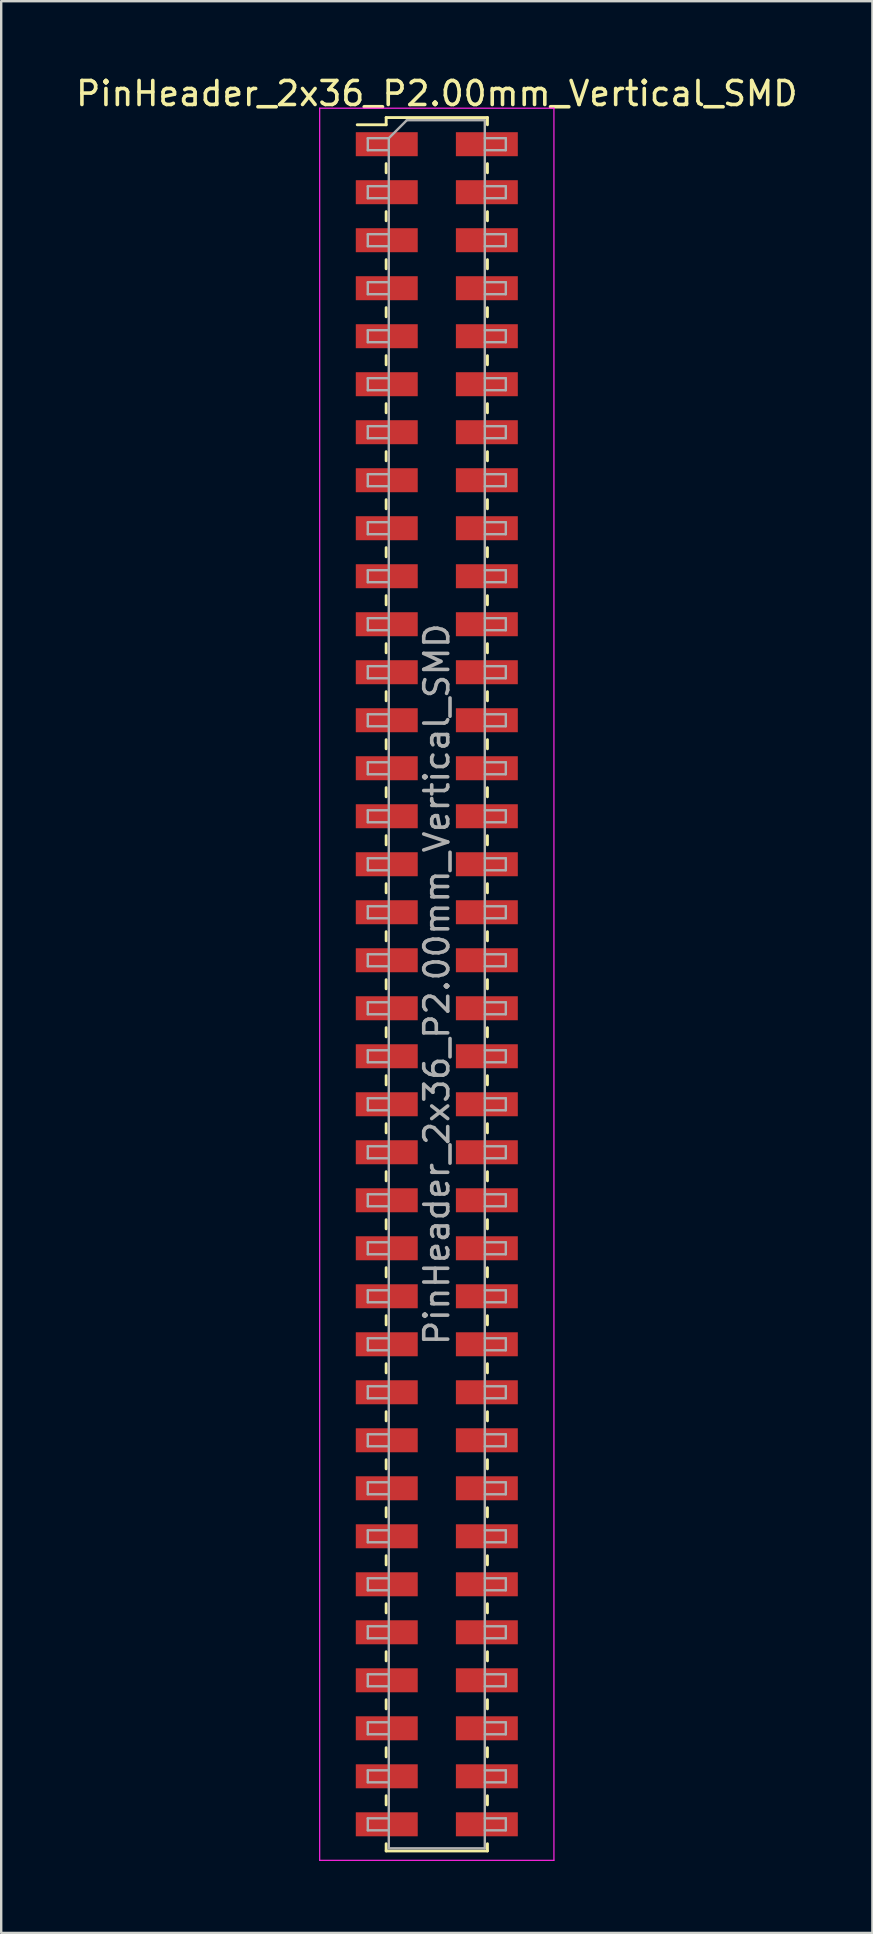
<source format=kicad_pcb>
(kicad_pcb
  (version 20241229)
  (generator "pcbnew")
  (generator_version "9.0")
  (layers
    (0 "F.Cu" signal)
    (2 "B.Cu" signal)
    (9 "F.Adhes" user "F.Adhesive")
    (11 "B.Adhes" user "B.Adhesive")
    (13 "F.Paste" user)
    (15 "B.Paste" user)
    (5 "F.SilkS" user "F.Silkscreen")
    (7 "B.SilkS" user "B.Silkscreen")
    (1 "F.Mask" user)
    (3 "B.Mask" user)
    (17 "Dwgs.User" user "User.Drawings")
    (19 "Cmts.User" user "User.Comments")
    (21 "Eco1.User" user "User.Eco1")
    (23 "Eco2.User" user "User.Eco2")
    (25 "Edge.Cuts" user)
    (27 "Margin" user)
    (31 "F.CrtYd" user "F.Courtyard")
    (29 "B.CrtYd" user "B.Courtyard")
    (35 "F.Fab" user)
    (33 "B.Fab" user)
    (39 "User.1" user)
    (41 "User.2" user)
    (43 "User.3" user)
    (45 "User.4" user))
  (footprint "PinHeader_2x36_P2.00mm_Vertical_SMD"
    (layer "F.Cu")
    (at 15.149 37.958)
    (property "Reference" "PinHeader_2x36_P2.00mm_Vertical_SMD" (at 0 -37.11 0) (layer "F.SilkS") (effects (font (size 1 1) (thickness 0.15))))
    (attr smd)
    (fp_line (start -3.315 -35.81) (end -2.11 -35.81) (stroke (width 0.12) (type solid)) (layer "F.SilkS"))
    (fp_line (start -2.11 -36.11) (end -2.11 -35.81) (stroke (width 0.12) (type solid)) (layer "F.SilkS"))
    (fp_line (start -2.11 -36.11) (end 2.11 -36.11) (stroke (width 0.12) (type solid)) (layer "F.SilkS"))
    (fp_line (start -2.11 -34.19) (end -2.11 -33.81) (stroke (width 0.12) (type solid)) (layer "F.SilkS"))
    (fp_line (start -2.11 -32.19) (end -2.11 -31.81) (stroke (width 0.12) (type solid)) (layer "F.SilkS"))
    (fp_line (start -2.11 -30.19) (end -2.11 -29.81) (stroke (width 0.12) (type solid)) (layer "F.SilkS"))
    (fp_line (start -2.11 -28.19) (end -2.11 -27.81) (stroke (width 0.12) (type solid)) (layer "F.SilkS"))
    (fp_line (start -2.11 -26.19) (end -2.11 -25.81) (stroke (width 0.12) (type solid)) (layer "F.SilkS"))
    (fp_line (start -2.11 -24.19) (end -2.11 -23.81) (stroke (width 0.12) (type solid)) (layer "F.SilkS"))
    (fp_line (start -2.11 -22.19) (end -2.11 -21.81) (stroke (width 0.12) (type solid)) (layer "F.SilkS"))
    (fp_line (start -2.11 -20.19) (end -2.11 -19.81) (stroke (width 0.12) (type solid)) (layer "F.SilkS"))
    (fp_line (start -2.11 -18.19) (end -2.11 -17.81) (stroke (width 0.12) (type solid)) (layer "F.SilkS"))
    (fp_line (start -2.11 -16.19) (end -2.11 -15.81) (stroke (width 0.12) (type solid)) (layer "F.SilkS"))
    (fp_line (start -2.11 -14.19) (end -2.11 -13.81) (stroke (width 0.12) (type solid)) (layer "F.SilkS"))
    (fp_line (start -2.11 -12.19) (end -2.11 -11.81) (stroke (width 0.12) (type solid)) (layer "F.SilkS"))
    (fp_line (start -2.11 -10.19) (end -2.11 -9.81) (stroke (width 0.12) (type solid)) (layer "F.SilkS"))
    (fp_line (start -2.11 -8.19) (end -2.11 -7.81) (stroke (width 0.12) (type solid)) (layer "F.SilkS"))
    (fp_line (start -2.11 -6.19) (end -2.11 -5.81) (stroke (width 0.12) (type solid)) (layer "F.SilkS"))
    (fp_line (start -2.11 -4.19) (end -2.11 -3.81) (stroke (width 0.12) (type solid)) (layer "F.SilkS"))
    (fp_line (start -2.11 -2.19) (end -2.11 -1.81) (stroke (width 0.12) (type solid)) (layer "F.SilkS"))
    (fp_line (start -2.11 -0.19) (end -2.11 0.19) (stroke (width 0.12) (type solid)) (layer "F.SilkS"))
    (fp_line (start -2.11 1.81) (end -2.11 2.19) (stroke (width 0.12) (type solid)) (layer "F.SilkS"))
    (fp_line (start -2.11 3.81) (end -2.11 4.19) (stroke (width 0.12) (type solid)) (layer "F.SilkS"))
    (fp_line (start -2.11 5.81) (end -2.11 6.19) (stroke (width 0.12) (type solid)) (layer "F.SilkS"))
    (fp_line (start -2.11 7.81) (end -2.11 8.19) (stroke (width 0.12) (type solid)) (layer "F.SilkS"))
    (fp_line (start -2.11 9.81) (end -2.11 10.19) (stroke (width 0.12) (type solid)) (layer "F.SilkS"))
    (fp_line (start -2.11 11.81) (end -2.11 12.19) (stroke (width 0.12) (type solid)) (layer "F.SilkS"))
    (fp_line (start -2.11 13.81) (end -2.11 14.19) (stroke (width 0.12) (type solid)) (layer "F.SilkS"))
    (fp_line (start -2.11 15.81) (end -2.11 16.19) (stroke (width 0.12) (type solid)) (layer "F.SilkS"))
    (fp_line (start -2.11 17.81) (end -2.11 18.19) (stroke (width 0.12) (type solid)) (layer "F.SilkS"))
    (fp_line (start -2.11 19.81) (end -2.11 20.19) (stroke (width 0.12) (type solid)) (layer "F.SilkS"))
    (fp_line (start -2.11 21.81) (end -2.11 22.19) (stroke (width 0.12) (type solid)) (layer "F.SilkS"))
    (fp_line (start -2.11 23.81) (end -2.11 24.19) (stroke (width 0.12) (type solid)) (layer "F.SilkS"))
    (fp_line (start -2.11 25.81) (end -2.11 26.19) (stroke (width 0.12) (type solid)) (layer "F.SilkS"))
    (fp_line (start -2.11 27.81) (end -2.11 28.19) (stroke (width 0.12) (type solid)) (layer "F.SilkS"))
    (fp_line (start -2.11 29.81) (end -2.11 30.19) (stroke (width 0.12) (type solid)) (layer "F.SilkS"))
    (fp_line (start -2.11 31.81) (end -2.11 32.19) (stroke (width 0.12) (type solid)) (layer "F.SilkS"))
    (fp_line (start -2.11 33.81) (end -2.11 34.19) (stroke (width 0.12) (type solid)) (layer "F.SilkS"))
    (fp_line (start -2.11 35.81) (end -2.11 36.11) (stroke (width 0.12) (type solid)) (layer "F.SilkS"))
    (fp_line (start -2.11 36.11) (end 2.11 36.11) (stroke (width 0.12) (type solid)) (layer "F.SilkS"))
    (fp_line (start 2.11 -36.11) (end 2.11 -35.81) (stroke (width 0.12) (type solid)) (layer "F.SilkS"))
    (fp_line (start 2.11 -34.19) (end 2.11 -33.81) (stroke (width 0.12) (type solid)) (layer "F.SilkS"))
    (fp_line (start 2.11 -32.19) (end 2.11 -31.81) (stroke (width 0.12) (type solid)) (layer "F.SilkS"))
    (fp_line (start 2.11 -30.19) (end 2.11 -29.81) (stroke (width 0.12) (type solid)) (layer "F.SilkS"))
    (fp_line (start 2.11 -28.19) (end 2.11 -27.81) (stroke (width 0.12) (type solid)) (layer "F.SilkS"))
    (fp_line (start 2.11 -26.19) (end 2.11 -25.81) (stroke (width 0.12) (type solid)) (layer "F.SilkS"))
    (fp_line (start 2.11 -24.19) (end 2.11 -23.81) (stroke (width 0.12) (type solid)) (layer "F.SilkS"))
    (fp_line (start 2.11 -22.19) (end 2.11 -21.81) (stroke (width 0.12) (type solid)) (layer "F.SilkS"))
    (fp_line (start 2.11 -20.19) (end 2.11 -19.81) (stroke (width 0.12) (type solid)) (layer "F.SilkS"))
    (fp_line (start 2.11 -18.19) (end 2.11 -17.81) (stroke (width 0.12) (type solid)) (layer "F.SilkS"))
    (fp_line (start 2.11 -16.19) (end 2.11 -15.81) (stroke (width 0.12) (type solid)) (layer "F.SilkS"))
    (fp_line (start 2.11 -14.19) (end 2.11 -13.81) (stroke (width 0.12) (type solid)) (layer "F.SilkS"))
    (fp_line (start 2.11 -12.19) (end 2.11 -11.81) (stroke (width 0.12) (type solid)) (layer "F.SilkS"))
    (fp_line (start 2.11 -10.19) (end 2.11 -9.81) (stroke (width 0.12) (type solid)) (layer "F.SilkS"))
    (fp_line (start 2.11 -8.19) (end 2.11 -7.81) (stroke (width 0.12) (type solid)) (layer "F.SilkS"))
    (fp_line (start 2.11 -6.19) (end 2.11 -5.81) (stroke (width 0.12) (type solid)) (layer "F.SilkS"))
    (fp_line (start 2.11 -4.19) (end 2.11 -3.81) (stroke (width 0.12) (type solid)) (layer "F.SilkS"))
    (fp_line (start 2.11 -2.19) (end 2.11 -1.81) (stroke (width 0.12) (type solid)) (layer "F.SilkS"))
    (fp_line (start 2.11 -0.19) (end 2.11 0.19) (stroke (width 0.12) (type solid)) (layer "F.SilkS"))
    (fp_line (start 2.11 1.81) (end 2.11 2.19) (stroke (width 0.12) (type solid)) (layer "F.SilkS"))
    (fp_line (start 2.11 3.81) (end 2.11 4.19) (stroke (width 0.12) (type solid)) (layer "F.SilkS"))
    (fp_line (start 2.11 5.81) (end 2.11 6.19) (stroke (width 0.12) (type solid)) (layer "F.SilkS"))
    (fp_line (start 2.11 7.81) (end 2.11 8.19) (stroke (width 0.12) (type solid)) (layer "F.SilkS"))
    (fp_line (start 2.11 9.81) (end 2.11 10.19) (stroke (width 0.12) (type solid)) (layer "F.SilkS"))
    (fp_line (start 2.11 11.81) (end 2.11 12.19) (stroke (width 0.12) (type solid)) (layer "F.SilkS"))
    (fp_line (start 2.11 13.81) (end 2.11 14.19) (stroke (width 0.12) (type solid)) (layer "F.SilkS"))
    (fp_line (start 2.11 15.81) (end 2.11 16.19) (stroke (width 0.12) (type solid)) (layer "F.SilkS"))
    (fp_line (start 2.11 17.81) (end 2.11 18.19) (stroke (width 0.12) (type solid)) (layer "F.SilkS"))
    (fp_line (start 2.11 19.81) (end 2.11 20.19) (stroke (width 0.12) (type solid)) (layer "F.SilkS"))
    (fp_line (start 2.11 21.81) (end 2.11 22.19) (stroke (width 0.12) (type solid)) (layer "F.SilkS"))
    (fp_line (start 2.11 23.81) (end 2.11 24.19) (stroke (width 0.12) (type solid)) (layer "F.SilkS"))
    (fp_line (start 2.11 25.81) (end 2.11 26.19) (stroke (width 0.12) (type solid)) (layer "F.SilkS"))
    (fp_line (start 2.11 27.81) (end 2.11 28.19) (stroke (width 0.12) (type solid)) (layer "F.SilkS"))
    (fp_line (start 2.11 29.81) (end 2.11 30.19) (stroke (width 0.12) (type solid)) (layer "F.SilkS"))
    (fp_line (start 2.11 31.81) (end 2.11 32.19) (stroke (width 0.12) (type solid)) (layer "F.SilkS"))
    (fp_line (start 2.11 33.81) (end 2.11 34.19) (stroke (width 0.12) (type solid)) (layer "F.SilkS"))
    (fp_line (start 2.11 35.81) (end 2.11 36.11) (stroke (width 0.12) (type solid)) (layer "F.SilkS"))
    (fp_line (start -4.88 -36.5) (end -4.88 36.5) (stroke (width 0.05) (type solid)) (layer "F.CrtYd"))
    (fp_line (start -4.88 36.5) (end 4.88 36.5) (stroke (width 0.05) (type solid)) (layer "F.CrtYd"))
    (fp_line (start 4.88 -36.5) (end -4.88 -36.5) (stroke (width 0.05) (type solid)) (layer "F.CrtYd"))
    (fp_line (start 4.88 36.5) (end 4.88 -36.5) (stroke (width 0.05) (type solid)) (layer "F.CrtYd"))
    (fp_line (start -2.875 -35.25) (end -2.875 -34.75) (stroke (width 0.1) (type solid)) (layer "F.Fab"))
    (fp_line (start -2.875 -34.75) (end -2 -34.75) (stroke (width 0.1) (type solid)) (layer "F.Fab"))
    (fp_line (start -2.875 -33.25) (end -2.875 -32.75) (stroke (width 0.1) (type solid)) (layer "F.Fab"))
    (fp_line (start -2.875 -32.75) (end -2 -32.75) (stroke (width 0.1) (type solid)) (layer "F.Fab"))
    (fp_line (start -2.875 -31.25) (end -2.875 -30.75) (stroke (width 0.1) (type solid)) (layer "F.Fab"))
    (fp_line (start -2.875 -30.75) (end -2 -30.75) (stroke (width 0.1) (type solid)) (layer "F.Fab"))
    (fp_line (start -2.875 -29.25) (end -2.875 -28.75) (stroke (width 0.1) (type solid)) (layer "F.Fab"))
    (fp_line (start -2.875 -28.75) (end -2 -28.75) (stroke (width 0.1) (type solid)) (layer "F.Fab"))
    (fp_line (start -2.875 -27.25) (end -2.875 -26.75) (stroke (width 0.1) (type solid)) (layer "F.Fab"))
    (fp_line (start -2.875 -26.75) (end -2 -26.75) (stroke (width 0.1) (type solid)) (layer "F.Fab"))
    (fp_line (start -2.875 -25.25) (end -2.875 -24.75) (stroke (width 0.1) (type solid)) (layer "F.Fab"))
    (fp_line (start -2.875 -24.75) (end -2 -24.75) (stroke (width 0.1) (type solid)) (layer "F.Fab"))
    (fp_line (start -2.875 -23.25) (end -2.875 -22.75) (stroke (width 0.1) (type solid)) (layer "F.Fab"))
    (fp_line (start -2.875 -22.75) (end -2 -22.75) (stroke (width 0.1) (type solid)) (layer "F.Fab"))
    (fp_line (start -2.875 -21.25) (end -2.875 -20.75) (stroke (width 0.1) (type solid)) (layer "F.Fab"))
    (fp_line (start -2.875 -20.75) (end -2 -20.75) (stroke (width 0.1) (type solid)) (layer "F.Fab"))
    (fp_line (start -2.875 -19.25) (end -2.875 -18.75) (stroke (width 0.1) (type solid)) (layer "F.Fab"))
    (fp_line (start -2.875 -18.75) (end -2 -18.75) (stroke (width 0.1) (type solid)) (layer "F.Fab"))
    (fp_line (start -2.875 -17.25) (end -2.875 -16.75) (stroke (width 0.1) (type solid)) (layer "F.Fab"))
    (fp_line (start -2.875 -16.75) (end -2 -16.75) (stroke (width 0.1) (type solid)) (layer "F.Fab"))
    (fp_line (start -2.875 -15.25) (end -2.875 -14.75) (stroke (width 0.1) (type solid)) (layer "F.Fab"))
    (fp_line (start -2.875 -14.75) (end -2 -14.75) (stroke (width 0.1) (type solid)) (layer "F.Fab"))
    (fp_line (start -2.875 -13.25) (end -2.875 -12.75) (stroke (width 0.1) (type solid)) (layer "F.Fab"))
    (fp_line (start -2.875 -12.75) (end -2 -12.75) (stroke (width 0.1) (type solid)) (layer "F.Fab"))
    (fp_line (start -2.875 -11.25) (end -2.875 -10.75) (stroke (width 0.1) (type solid)) (layer "F.Fab"))
    (fp_line (start -2.875 -10.75) (end -2 -10.75) (stroke (width 0.1) (type solid)) (layer "F.Fab"))
    (fp_line (start -2.875 -9.25) (end -2.875 -8.75) (stroke (width 0.1) (type solid)) (layer "F.Fab"))
    (fp_line (start -2.875 -8.75) (end -2 -8.75) (stroke (width 0.1) (type solid)) (layer "F.Fab"))
    (fp_line (start -2.875 -7.25) (end -2.875 -6.75) (stroke (width 0.1) (type solid)) (layer "F.Fab"))
    (fp_line (start -2.875 -6.75) (end -2 -6.75) (stroke (width 0.1) (type solid)) (layer "F.Fab"))
    (fp_line (start -2.875 -5.25) (end -2.875 -4.75) (stroke (width 0.1) (type solid)) (layer "F.Fab"))
    (fp_line (start -2.875 -4.75) (end -2 -4.75) (stroke (width 0.1) (type solid)) (layer "F.Fab"))
    (fp_line (start -2.875 -3.25) (end -2.875 -2.75) (stroke (width 0.1) (type solid)) (layer "F.Fab"))
    (fp_line (start -2.875 -2.75) (end -2 -2.75) (stroke (width 0.1) (type solid)) (layer "F.Fab"))
    (fp_line (start -2.875 -1.25) (end -2.875 -0.75) (stroke (width 0.1) (type solid)) (layer "F.Fab"))
    (fp_line (start -2.875 -0.75) (end -2 -0.75) (stroke (width 0.1) (type solid)) (layer "F.Fab"))
    (fp_line (start -2.875 0.75) (end -2.875 1.25) (stroke (width 0.1) (type solid)) (layer "F.Fab"))
    (fp_line (start -2.875 1.25) (end -2 1.25) (stroke (width 0.1) (type solid)) (layer "F.Fab"))
    (fp_line (start -2.875 2.75) (end -2.875 3.25) (stroke (width 0.1) (type solid)) (layer "F.Fab"))
    (fp_line (start -2.875 3.25) (end -2 3.25) (stroke (width 0.1) (type solid)) (layer "F.Fab"))
    (fp_line (start -2.875 4.75) (end -2.875 5.25) (stroke (width 0.1) (type solid)) (layer "F.Fab"))
    (fp_line (start -2.875 5.25) (end -2 5.25) (stroke (width 0.1) (type solid)) (layer "F.Fab"))
    (fp_line (start -2.875 6.75) (end -2.875 7.25) (stroke (width 0.1) (type solid)) (layer "F.Fab"))
    (fp_line (start -2.875 7.25) (end -2 7.25) (stroke (width 0.1) (type solid)) (layer "F.Fab"))
    (fp_line (start -2.875 8.75) (end -2.875 9.25) (stroke (width 0.1) (type solid)) (layer "F.Fab"))
    (fp_line (start -2.875 9.25) (end -2 9.25) (stroke (width 0.1) (type solid)) (layer "F.Fab"))
    (fp_line (start -2.875 10.75) (end -2.875 11.25) (stroke (width 0.1) (type solid)) (layer "F.Fab"))
    (fp_line (start -2.875 11.25) (end -2 11.25) (stroke (width 0.1) (type solid)) (layer "F.Fab"))
    (fp_line (start -2.875 12.75) (end -2.875 13.25) (stroke (width 0.1) (type solid)) (layer "F.Fab"))
    (fp_line (start -2.875 13.25) (end -2 13.25) (stroke (width 0.1) (type solid)) (layer "F.Fab"))
    (fp_line (start -2.875 14.75) (end -2.875 15.25) (stroke (width 0.1) (type solid)) (layer "F.Fab"))
    (fp_line (start -2.875 15.25) (end -2 15.25) (stroke (width 0.1) (type solid)) (layer "F.Fab"))
    (fp_line (start -2.875 16.75) (end -2.875 17.25) (stroke (width 0.1) (type solid)) (layer "F.Fab"))
    (fp_line (start -2.875 17.25) (end -2 17.25) (stroke (width 0.1) (type solid)) (layer "F.Fab"))
    (fp_line (start -2.875 18.75) (end -2.875 19.25) (stroke (width 0.1) (type solid)) (layer "F.Fab"))
    (fp_line (start -2.875 19.25) (end -2 19.25) (stroke (width 0.1) (type solid)) (layer "F.Fab"))
    (fp_line (start -2.875 20.75) (end -2.875 21.25) (stroke (width 0.1) (type solid)) (layer "F.Fab"))
    (fp_line (start -2.875 21.25) (end -2 21.25) (stroke (width 0.1) (type solid)) (layer "F.Fab"))
    (fp_line (start -2.875 22.75) (end -2.875 23.25) (stroke (width 0.1) (type solid)) (layer "F.Fab"))
    (fp_line (start -2.875 23.25) (end -2 23.25) (stroke (width 0.1) (type solid)) (layer "F.Fab"))
    (fp_line (start -2.875 24.75) (end -2.875 25.25) (stroke (width 0.1) (type solid)) (layer "F.Fab"))
    (fp_line (start -2.875 25.25) (end -2 25.25) (stroke (width 0.1) (type solid)) (layer "F.Fab"))
    (fp_line (start -2.875 26.75) (end -2.875 27.25) (stroke (width 0.1) (type solid)) (layer "F.Fab"))
    (fp_line (start -2.875 27.25) (end -2 27.25) (stroke (width 0.1) (type solid)) (layer "F.Fab"))
    (fp_line (start -2.875 28.75) (end -2.875 29.25) (stroke (width 0.1) (type solid)) (layer "F.Fab"))
    (fp_line (start -2.875 29.25) (end -2 29.25) (stroke (width 0.1) (type solid)) (layer "F.Fab"))
    (fp_line (start -2.875 30.75) (end -2.875 31.25) (stroke (width 0.1) (type solid)) (layer "F.Fab"))
    (fp_line (start -2.875 31.25) (end -2 31.25) (stroke (width 0.1) (type solid)) (layer "F.Fab"))
    (fp_line (start -2.875 32.75) (end -2.875 33.25) (stroke (width 0.1) (type solid)) (layer "F.Fab"))
    (fp_line (start -2.875 33.25) (end -2 33.25) (stroke (width 0.1) (type solid)) (layer "F.Fab"))
    (fp_line (start -2.875 34.75) (end -2.875 35.25) (stroke (width 0.1) (type solid)) (layer "F.Fab"))
    (fp_line (start -2.875 35.25) (end -2 35.25) (stroke (width 0.1) (type solid)) (layer "F.Fab"))
    (fp_line (start -2 -35.25) (end -2.875 -35.25) (stroke (width 0.1) (type solid)) (layer "F.Fab"))
    (fp_line (start -2 -35.25) (end -1.25 -36) (stroke (width 0.1) (type solid)) (layer "F.Fab"))
    (fp_line (start -2 -33.25) (end -2.875 -33.25) (stroke (width 0.1) (type solid)) (layer "F.Fab"))
    (fp_line (start -2 -31.25) (end -2.875 -31.25) (stroke (width 0.1) (type solid)) (layer "F.Fab"))
    (fp_line (start -2 -29.25) (end -2.875 -29.25) (stroke (width 0.1) (type solid)) (layer "F.Fab"))
    (fp_line (start -2 -27.25) (end -2.875 -27.25) (stroke (width 0.1) (type solid)) (layer "F.Fab"))
    (fp_line (start -2 -25.25) (end -2.875 -25.25) (stroke (width 0.1) (type solid)) (layer "F.Fab"))
    (fp_line (start -2 -23.25) (end -2.875 -23.25) (stroke (width 0.1) (type solid)) (layer "F.Fab"))
    (fp_line (start -2 -21.25) (end -2.875 -21.25) (stroke (width 0.1) (type solid)) (layer "F.Fab"))
    (fp_line (start -2 -19.25) (end -2.875 -19.25) (stroke (width 0.1) (type solid)) (layer "F.Fab"))
    (fp_line (start -2 -17.25) (end -2.875 -17.25) (stroke (width 0.1) (type solid)) (layer "F.Fab"))
    (fp_line (start -2 -15.25) (end -2.875 -15.25) (stroke (width 0.1) (type solid)) (layer "F.Fab"))
    (fp_line (start -2 -13.25) (end -2.875 -13.25) (stroke (width 0.1) (type solid)) (layer "F.Fab"))
    (fp_line (start -2 -11.25) (end -2.875 -11.25) (stroke (width 0.1) (type solid)) (layer "F.Fab"))
    (fp_line (start -2 -9.25) (end -2.875 -9.25) (stroke (width 0.1) (type solid)) (layer "F.Fab"))
    (fp_line (start -2 -7.25) (end -2.875 -7.25) (stroke (width 0.1) (type solid)) (layer "F.Fab"))
    (fp_line (start -2 -5.25) (end -2.875 -5.25) (stroke (width 0.1) (type solid)) (layer "F.Fab"))
    (fp_line (start -2 -3.25) (end -2.875 -3.25) (stroke (width 0.1) (type solid)) (layer "F.Fab"))
    (fp_line (start -2 -1.25) (end -2.875 -1.25) (stroke (width 0.1) (type solid)) (layer "F.Fab"))
    (fp_line (start -2 0.75) (end -2.875 0.75) (stroke (width 0.1) (type solid)) (layer "F.Fab"))
    (fp_line (start -2 2.75) (end -2.875 2.75) (stroke (width 0.1) (type solid)) (layer "F.Fab"))
    (fp_line (start -2 4.75) (end -2.875 4.75) (stroke (width 0.1) (type solid)) (layer "F.Fab"))
    (fp_line (start -2 6.75) (end -2.875 6.75) (stroke (width 0.1) (type solid)) (layer "F.Fab"))
    (fp_line (start -2 8.75) (end -2.875 8.75) (stroke (width 0.1) (type solid)) (layer "F.Fab"))
    (fp_line (start -2 10.75) (end -2.875 10.75) (stroke (width 0.1) (type solid)) (layer "F.Fab"))
    (fp_line (start -2 12.75) (end -2.875 12.75) (stroke (width 0.1) (type solid)) (layer "F.Fab"))
    (fp_line (start -2 14.75) (end -2.875 14.75) (stroke (width 0.1) (type solid)) (layer "F.Fab"))
    (fp_line (start -2 16.75) (end -2.875 16.75) (stroke (width 0.1) (type solid)) (layer "F.Fab"))
    (fp_line (start -2 18.75) (end -2.875 18.75) (stroke (width 0.1) (type solid)) (layer "F.Fab"))
    (fp_line (start -2 20.75) (end -2.875 20.75) (stroke (width 0.1) (type solid)) (layer "F.Fab"))
    (fp_line (start -2 22.75) (end -2.875 22.75) (stroke (width 0.1) (type solid)) (layer "F.Fab"))
    (fp_line (start -2 24.75) (end -2.875 24.75) (stroke (width 0.1) (type solid)) (layer "F.Fab"))
    (fp_line (start -2 26.75) (end -2.875 26.75) (stroke (width 0.1) (type solid)) (layer "F.Fab"))
    (fp_line (start -2 28.75) (end -2.875 28.75) (stroke (width 0.1) (type solid)) (layer "F.Fab"))
    (fp_line (start -2 30.75) (end -2.875 30.75) (stroke (width 0.1) (type solid)) (layer "F.Fab"))
    (fp_line (start -2 32.75) (end -2.875 32.75) (stroke (width 0.1) (type solid)) (layer "F.Fab"))
    (fp_line (start -2 34.75) (end -2.875 34.75) (stroke (width 0.1) (type solid)) (layer "F.Fab"))
    (fp_line (start -2 36) (end -2 -35.25) (stroke (width 0.1) (type solid)) (layer "F.Fab"))
    (fp_line (start -1.25 -36) (end 2 -36) (stroke (width 0.1) (type solid)) (layer "F.Fab"))
    (fp_line (start 2 -36) (end 2 36) (stroke (width 0.1) (type solid)) (layer "F.Fab"))
    (fp_line (start 2 -35.25) (end 2.875 -35.25) (stroke (width 0.1) (type solid)) (layer "F.Fab"))
    (fp_line (start 2 -33.25) (end 2.875 -33.25) (stroke (width 0.1) (type solid)) (layer "F.Fab"))
    (fp_line (start 2 -31.25) (end 2.875 -31.25) (stroke (width 0.1) (type solid)) (layer "F.Fab"))
    (fp_line (start 2 -29.25) (end 2.875 -29.25) (stroke (width 0.1) (type solid)) (layer "F.Fab"))
    (fp_line (start 2 -27.25) (end 2.875 -27.25) (stroke (width 0.1) (type solid)) (layer "F.Fab"))
    (fp_line (start 2 -25.25) (end 2.875 -25.25) (stroke (width 0.1) (type solid)) (layer "F.Fab"))
    (fp_line (start 2 -23.25) (end 2.875 -23.25) (stroke (width 0.1) (type solid)) (layer "F.Fab"))
    (fp_line (start 2 -21.25) (end 2.875 -21.25) (stroke (width 0.1) (type solid)) (layer "F.Fab"))
    (fp_line (start 2 -19.25) (end 2.875 -19.25) (stroke (width 0.1) (type solid)) (layer "F.Fab"))
    (fp_line (start 2 -17.25) (end 2.875 -17.25) (stroke (width 0.1) (type solid)) (layer "F.Fab"))
    (fp_line (start 2 -15.25) (end 2.875 -15.25) (stroke (width 0.1) (type solid)) (layer "F.Fab"))
    (fp_line (start 2 -13.25) (end 2.875 -13.25) (stroke (width 0.1) (type solid)) (layer "F.Fab"))
    (fp_line (start 2 -11.25) (end 2.875 -11.25) (stroke (width 0.1) (type solid)) (layer "F.Fab"))
    (fp_line (start 2 -9.25) (end 2.875 -9.25) (stroke (width 0.1) (type solid)) (layer "F.Fab"))
    (fp_line (start 2 -7.25) (end 2.875 -7.25) (stroke (width 0.1) (type solid)) (layer "F.Fab"))
    (fp_line (start 2 -5.25) (end 2.875 -5.25) (stroke (width 0.1) (type solid)) (layer "F.Fab"))
    (fp_line (start 2 -3.25) (end 2.875 -3.25) (stroke (width 0.1) (type solid)) (layer "F.Fab"))
    (fp_line (start 2 -1.25) (end 2.875 -1.25) (stroke (width 0.1) (type solid)) (layer "F.Fab"))
    (fp_line (start 2 0.75) (end 2.875 0.75) (stroke (width 0.1) (type solid)) (layer "F.Fab"))
    (fp_line (start 2 2.75) (end 2.875 2.75) (stroke (width 0.1) (type solid)) (layer "F.Fab"))
    (fp_line (start 2 4.75) (end 2.875 4.75) (stroke (width 0.1) (type solid)) (layer "F.Fab"))
    (fp_line (start 2 6.75) (end 2.875 6.75) (stroke (width 0.1) (type solid)) (layer "F.Fab"))
    (fp_line (start 2 8.75) (end 2.875 8.75) (stroke (width 0.1) (type solid)) (layer "F.Fab"))
    (fp_line (start 2 10.75) (end 2.875 10.75) (stroke (width 0.1) (type solid)) (layer "F.Fab"))
    (fp_line (start 2 12.75) (end 2.875 12.75) (stroke (width 0.1) (type solid)) (layer "F.Fab"))
    (fp_line (start 2 14.75) (end 2.875 14.75) (stroke (width 0.1) (type solid)) (layer "F.Fab"))
    (fp_line (start 2 16.75) (end 2.875 16.75) (stroke (width 0.1) (type solid)) (layer "F.Fab"))
    (fp_line (start 2 18.75) (end 2.875 18.75) (stroke (width 0.1) (type solid)) (layer "F.Fab"))
    (fp_line (start 2 20.75) (end 2.875 20.75) (stroke (width 0.1) (type solid)) (layer "F.Fab"))
    (fp_line (start 2 22.75) (end 2.875 22.75) (stroke (width 0.1) (type solid)) (layer "F.Fab"))
    (fp_line (start 2 24.75) (end 2.875 24.75) (stroke (width 0.1) (type solid)) (layer "F.Fab"))
    (fp_line (start 2 26.75) (end 2.875 26.75) (stroke (width 0.1) (type solid)) (layer "F.Fab"))
    (fp_line (start 2 28.75) (end 2.875 28.75) (stroke (width 0.1) (type solid)) (layer "F.Fab"))
    (fp_line (start 2 30.75) (end 2.875 30.75) (stroke (width 0.1) (type solid)) (layer "F.Fab"))
    (fp_line (start 2 32.75) (end 2.875 32.75) (stroke (width 0.1) (type solid)) (layer "F.Fab"))
    (fp_line (start 2 34.75) (end 2.875 34.75) (stroke (width 0.1) (type solid)) (layer "F.Fab"))
    (fp_line (start 2 36) (end -2 36) (stroke (width 0.1) (type solid)) (layer "F.Fab"))
    (fp_line (start 2.875 -35.25) (end 2.875 -34.75) (stroke (width 0.1) (type solid)) (layer "F.Fab"))
    (fp_line (start 2.875 -34.75) (end 2 -34.75) (stroke (width 0.1) (type solid)) (layer "F.Fab"))
    (fp_line (start 2.875 -33.25) (end 2.875 -32.75) (stroke (width 0.1) (type solid)) (layer "F.Fab"))
    (fp_line (start 2.875 -32.75) (end 2 -32.75) (stroke (width 0.1) (type solid)) (layer "F.Fab"))
    (fp_line (start 2.875 -31.25) (end 2.875 -30.75) (stroke (width 0.1) (type solid)) (layer "F.Fab"))
    (fp_line (start 2.875 -30.75) (end 2 -30.75) (stroke (width 0.1) (type solid)) (layer "F.Fab"))
    (fp_line (start 2.875 -29.25) (end 2.875 -28.75) (stroke (width 0.1) (type solid)) (layer "F.Fab"))
    (fp_line (start 2.875 -28.75) (end 2 -28.75) (stroke (width 0.1) (type solid)) (layer "F.Fab"))
    (fp_line (start 2.875 -27.25) (end 2.875 -26.75) (stroke (width 0.1) (type solid)) (layer "F.Fab"))
    (fp_line (start 2.875 -26.75) (end 2 -26.75) (stroke (width 0.1) (type solid)) (layer "F.Fab"))
    (fp_line (start 2.875 -25.25) (end 2.875 -24.75) (stroke (width 0.1) (type solid)) (layer "F.Fab"))
    (fp_line (start 2.875 -24.75) (end 2 -24.75) (stroke (width 0.1) (type solid)) (layer "F.Fab"))
    (fp_line (start 2.875 -23.25) (end 2.875 -22.75) (stroke (width 0.1) (type solid)) (layer "F.Fab"))
    (fp_line (start 2.875 -22.75) (end 2 -22.75) (stroke (width 0.1) (type solid)) (layer "F.Fab"))
    (fp_line (start 2.875 -21.25) (end 2.875 -20.75) (stroke (width 0.1) (type solid)) (layer "F.Fab"))
    (fp_line (start 2.875 -20.75) (end 2 -20.75) (stroke (width 0.1) (type solid)) (layer "F.Fab"))
    (fp_line (start 2.875 -19.25) (end 2.875 -18.75) (stroke (width 0.1) (type solid)) (layer "F.Fab"))
    (fp_line (start 2.875 -18.75) (end 2 -18.75) (stroke (width 0.1) (type solid)) (layer "F.Fab"))
    (fp_line (start 2.875 -17.25) (end 2.875 -16.75) (stroke (width 0.1) (type solid)) (layer "F.Fab"))
    (fp_line (start 2.875 -16.75) (end 2 -16.75) (stroke (width 0.1) (type solid)) (layer "F.Fab"))
    (fp_line (start 2.875 -15.25) (end 2.875 -14.75) (stroke (width 0.1) (type solid)) (layer "F.Fab"))
    (fp_line (start 2.875 -14.75) (end 2 -14.75) (stroke (width 0.1) (type solid)) (layer "F.Fab"))
    (fp_line (start 2.875 -13.25) (end 2.875 -12.75) (stroke (width 0.1) (type solid)) (layer "F.Fab"))
    (fp_line (start 2.875 -12.75) (end 2 -12.75) (stroke (width 0.1) (type solid)) (layer "F.Fab"))
    (fp_line (start 2.875 -11.25) (end 2.875 -10.75) (stroke (width 0.1) (type solid)) (layer "F.Fab"))
    (fp_line (start 2.875 -10.75) (end 2 -10.75) (stroke (width 0.1) (type solid)) (layer "F.Fab"))
    (fp_line (start 2.875 -9.25) (end 2.875 -8.75) (stroke (width 0.1) (type solid)) (layer "F.Fab"))
    (fp_line (start 2.875 -8.75) (end 2 -8.75) (stroke (width 0.1) (type solid)) (layer "F.Fab"))
    (fp_line (start 2.875 -7.25) (end 2.875 -6.75) (stroke (width 0.1) (type solid)) (layer "F.Fab"))
    (fp_line (start 2.875 -6.75) (end 2 -6.75) (stroke (width 0.1) (type solid)) (layer "F.Fab"))
    (fp_line (start 2.875 -5.25) (end 2.875 -4.75) (stroke (width 0.1) (type solid)) (layer "F.Fab"))
    (fp_line (start 2.875 -4.75) (end 2 -4.75) (stroke (width 0.1) (type solid)) (layer "F.Fab"))
    (fp_line (start 2.875 -3.25) (end 2.875 -2.75) (stroke (width 0.1) (type solid)) (layer "F.Fab"))
    (fp_line (start 2.875 -2.75) (end 2 -2.75) (stroke (width 0.1) (type solid)) (layer "F.Fab"))
    (fp_line (start 2.875 -1.25) (end 2.875 -0.75) (stroke (width 0.1) (type solid)) (layer "F.Fab"))
    (fp_line (start 2.875 -0.75) (end 2 -0.75) (stroke (width 0.1) (type solid)) (layer "F.Fab"))
    (fp_line (start 2.875 0.75) (end 2.875 1.25) (stroke (width 0.1) (type solid)) (layer "F.Fab"))
    (fp_line (start 2.875 1.25) (end 2 1.25) (stroke (width 0.1) (type solid)) (layer "F.Fab"))
    (fp_line (start 2.875 2.75) (end 2.875 3.25) (stroke (width 0.1) (type solid)) (layer "F.Fab"))
    (fp_line (start 2.875 3.25) (end 2 3.25) (stroke (width 0.1) (type solid)) (layer "F.Fab"))
    (fp_line (start 2.875 4.75) (end 2.875 5.25) (stroke (width 0.1) (type solid)) (layer "F.Fab"))
    (fp_line (start 2.875 5.25) (end 2 5.25) (stroke (width 0.1) (type solid)) (layer "F.Fab"))
    (fp_line (start 2.875 6.75) (end 2.875 7.25) (stroke (width 0.1) (type solid)) (layer "F.Fab"))
    (fp_line (start 2.875 7.25) (end 2 7.25) (stroke (width 0.1) (type solid)) (layer "F.Fab"))
    (fp_line (start 2.875 8.75) (end 2.875 9.25) (stroke (width 0.1) (type solid)) (layer "F.Fab"))
    (fp_line (start 2.875 9.25) (end 2 9.25) (stroke (width 0.1) (type solid)) (layer "F.Fab"))
    (fp_line (start 2.875 10.75) (end 2.875 11.25) (stroke (width 0.1) (type solid)) (layer "F.Fab"))
    (fp_line (start 2.875 11.25) (end 2 11.25) (stroke (width 0.1) (type solid)) (layer "F.Fab"))
    (fp_line (start 2.875 12.75) (end 2.875 13.25) (stroke (width 0.1) (type solid)) (layer "F.Fab"))
    (fp_line (start 2.875 13.25) (end 2 13.25) (stroke (width 0.1) (type solid)) (layer "F.Fab"))
    (fp_line (start 2.875 14.75) (end 2.875 15.25) (stroke (width 0.1) (type solid)) (layer "F.Fab"))
    (fp_line (start 2.875 15.25) (end 2 15.25) (stroke (width 0.1) (type solid)) (layer "F.Fab"))
    (fp_line (start 2.875 16.75) (end 2.875 17.25) (stroke (width 0.1) (type solid)) (layer "F.Fab"))
    (fp_line (start 2.875 17.25) (end 2 17.25) (stroke (width 0.1) (type solid)) (layer "F.Fab"))
    (fp_line (start 2.875 18.75) (end 2.875 19.25) (stroke (width 0.1) (type solid)) (layer "F.Fab"))
    (fp_line (start 2.875 19.25) (end 2 19.25) (stroke (width 0.1) (type solid)) (layer "F.Fab"))
    (fp_line (start 2.875 20.75) (end 2.875 21.25) (stroke (width 0.1) (type solid)) (layer "F.Fab"))
    (fp_line (start 2.875 21.25) (end 2 21.25) (stroke (width 0.1) (type solid)) (layer "F.Fab"))
    (fp_line (start 2.875 22.75) (end 2.875 23.25) (stroke (width 0.1) (type solid)) (layer "F.Fab"))
    (fp_line (start 2.875 23.25) (end 2 23.25) (stroke (width 0.1) (type solid)) (layer "F.Fab"))
    (fp_line (start 2.875 24.75) (end 2.875 25.25) (stroke (width 0.1) (type solid)) (layer "F.Fab"))
    (fp_line (start 2.875 25.25) (end 2 25.25) (stroke (width 0.1) (type solid)) (layer "F.Fab"))
    (fp_line (start 2.875 26.75) (end 2.875 27.25) (stroke (width 0.1) (type solid)) (layer "F.Fab"))
    (fp_line (start 2.875 27.25) (end 2 27.25) (stroke (width 0.1) (type solid)) (layer "F.Fab"))
    (fp_line (start 2.875 28.75) (end 2.875 29.25) (stroke (width 0.1) (type solid)) (layer "F.Fab"))
    (fp_line (start 2.875 29.25) (end 2 29.25) (stroke (width 0.1) (type solid)) (layer "F.Fab"))
    (fp_line (start 2.875 30.75) (end 2.875 31.25) (stroke (width 0.1) (type solid)) (layer "F.Fab"))
    (fp_line (start 2.875 31.25) (end 2 31.25) (stroke (width 0.1) (type solid)) (layer "F.Fab"))
    (fp_line (start 2.875 32.75) (end 2.875 33.25) (stroke (width 0.1) (type solid)) (layer "F.Fab"))
    (fp_line (start 2.875 33.25) (end 2 33.25) (stroke (width 0.1) (type solid)) (layer "F.Fab"))
    (fp_line (start 2.875 34.75) (end 2.875 35.25) (stroke (width 0.1) (type solid)) (layer "F.Fab"))
    (fp_line (start 2.875 35.25) (end 2 35.25) (stroke (width 0.1) (type solid)) (layer "F.Fab"))
    (fp_text user "${REFERENCE}" (at 0 0 90) (layer "F.Fab") (effects (font (size 1 1) (thickness 0.15))))
    (pad "1" smd rect (at -2.085 -35) (size 2.58 1) (layers "F.Cu" "F.Mask" "F.Paste"))
    (pad "2" smd rect (at 2.085 -35) (size 2.58 1) (layers "F.Cu" "F.Mask" "F.Paste"))
    (pad "3" smd rect (at -2.085 -33) (size 2.58 1) (layers "F.Cu" "F.Mask" "F.Paste"))
    (pad "4" smd rect (at 2.085 -33) (size 2.58 1) (layers "F.Cu" "F.Mask" "F.Paste"))
    (pad "5" smd rect (at -2.085 -31) (size 2.58 1) (layers "F.Cu" "F.Mask" "F.Paste"))
    (pad "6" smd rect (at 2.085 -31) (size 2.58 1) (layers "F.Cu" "F.Mask" "F.Paste"))
    (pad "7" smd rect (at -2.085 -29) (size 2.58 1) (layers "F.Cu" "F.Mask" "F.Paste"))
    (pad "8" smd rect (at 2.085 -29) (size 2.58 1) (layers "F.Cu" "F.Mask" "F.Paste"))
    (pad "9" smd rect (at -2.085 -27) (size 2.58 1) (layers "F.Cu" "F.Mask" "F.Paste"))
    (pad "10" smd rect (at 2.085 -27) (size 2.58 1) (layers "F.Cu" "F.Mask" "F.Paste"))
    (pad "11" smd rect (at -2.085 -25) (size 2.58 1) (layers "F.Cu" "F.Mask" "F.Paste"))
    (pad "12" smd rect (at 2.085 -25) (size 2.58 1) (layers "F.Cu" "F.Mask" "F.Paste"))
    (pad "13" smd rect (at -2.085 -23) (size 2.58 1) (layers "F.Cu" "F.Mask" "F.Paste"))
    (pad "14" smd rect (at 2.085 -23) (size 2.58 1) (layers "F.Cu" "F.Mask" "F.Paste"))
    (pad "15" smd rect (at -2.085 -21) (size 2.58 1) (layers "F.Cu" "F.Mask" "F.Paste"))
    (pad "16" smd rect (at 2.085 -21) (size 2.58 1) (layers "F.Cu" "F.Mask" "F.Paste"))
    (pad "17" smd rect (at -2.085 -19) (size 2.58 1) (layers "F.Cu" "F.Mask" "F.Paste"))
    (pad "18" smd rect (at 2.085 -19) (size 2.58 1) (layers "F.Cu" "F.Mask" "F.Paste"))
    (pad "19" smd rect (at -2.085 -17) (size 2.58 1) (layers "F.Cu" "F.Mask" "F.Paste"))
    (pad "20" smd rect (at 2.085 -17) (size 2.58 1) (layers "F.Cu" "F.Mask" "F.Paste"))
    (pad "21" smd rect (at -2.085 -15) (size 2.58 1) (layers "F.Cu" "F.Mask" "F.Paste"))
    (pad "22" smd rect (at 2.085 -15) (size 2.58 1) (layers "F.Cu" "F.Mask" "F.Paste"))
    (pad "23" smd rect (at -2.085 -13) (size 2.58 1) (layers "F.Cu" "F.Mask" "F.Paste"))
    (pad "24" smd rect (at 2.085 -13) (size 2.58 1) (layers "F.Cu" "F.Mask" "F.Paste"))
    (pad "25" smd rect (at -2.085 -11) (size 2.58 1) (layers "F.Cu" "F.Mask" "F.Paste"))
    (pad "26" smd rect (at 2.085 -11) (size 2.58 1) (layers "F.Cu" "F.Mask" "F.Paste"))
    (pad "27" smd rect (at -2.085 -9) (size 2.58 1) (layers "F.Cu" "F.Mask" "F.Paste"))
    (pad "28" smd rect (at 2.085 -9) (size 2.58 1) (layers "F.Cu" "F.Mask" "F.Paste"))
    (pad "29" smd rect (at -2.085 -7) (size 2.58 1) (layers "F.Cu" "F.Mask" "F.Paste"))
    (pad "30" smd rect (at 2.085 -7) (size 2.58 1) (layers "F.Cu" "F.Mask" "F.Paste"))
    (pad "31" smd rect (at -2.085 -5) (size 2.58 1) (layers "F.Cu" "F.Mask" "F.Paste"))
    (pad "32" smd rect (at 2.085 -5) (size 2.58 1) (layers "F.Cu" "F.Mask" "F.Paste"))
    (pad "33" smd rect (at -2.085 -3) (size 2.58 1) (layers "F.Cu" "F.Mask" "F.Paste"))
    (pad "34" smd rect (at 2.085 -3) (size 2.58 1) (layers "F.Cu" "F.Mask" "F.Paste"))
    (pad "35" smd rect (at -2.085 -1) (size 2.58 1) (layers "F.Cu" "F.Mask" "F.Paste"))
    (pad "36" smd rect (at 2.085 -1) (size 2.58 1) (layers "F.Cu" "F.Mask" "F.Paste"))
    (pad "37" smd rect (at -2.085 1) (size 2.58 1) (layers "F.Cu" "F.Mask" "F.Paste"))
    (pad "38" smd rect (at 2.085 1) (size 2.58 1) (layers "F.Cu" "F.Mask" "F.Paste"))
    (pad "39" smd rect (at -2.085 3) (size 2.58 1) (layers "F.Cu" "F.Mask" "F.Paste"))
    (pad "40" smd rect (at 2.085 3) (size 2.58 1) (layers "F.Cu" "F.Mask" "F.Paste"))
    (pad "41" smd rect (at -2.085 5) (size 2.58 1) (layers "F.Cu" "F.Mask" "F.Paste"))
    (pad "42" smd rect (at 2.085 5) (size 2.58 1) (layers "F.Cu" "F.Mask" "F.Paste"))
    (pad "43" smd rect (at -2.085 7) (size 2.58 1) (layers "F.Cu" "F.Mask" "F.Paste"))
    (pad "44" smd rect (at 2.085 7) (size 2.58 1) (layers "F.Cu" "F.Mask" "F.Paste"))
    (pad "45" smd rect (at -2.085 9) (size 2.58 1) (layers "F.Cu" "F.Mask" "F.Paste"))
    (pad "46" smd rect (at 2.085 9) (size 2.58 1) (layers "F.Cu" "F.Mask" "F.Paste"))
    (pad "47" smd rect (at -2.085 11) (size 2.58 1) (layers "F.Cu" "F.Mask" "F.Paste"))
    (pad "48" smd rect (at 2.085 11) (size 2.58 1) (layers "F.Cu" "F.Mask" "F.Paste"))
    (pad "49" smd rect (at -2.085 13) (size 2.58 1) (layers "F.Cu" "F.Mask" "F.Paste"))
    (pad "50" smd rect (at 2.085 13) (size 2.58 1) (layers "F.Cu" "F.Mask" "F.Paste"))
    (pad "51" smd rect (at -2.085 15) (size 2.58 1) (layers "F.Cu" "F.Mask" "F.Paste"))
    (pad "52" smd rect (at 2.085 15) (size 2.58 1) (layers "F.Cu" "F.Mask" "F.Paste"))
    (pad "53" smd rect (at -2.085 17) (size 2.58 1) (layers "F.Cu" "F.Mask" "F.Paste"))
    (pad "54" smd rect (at 2.085 17) (size 2.58 1) (layers "F.Cu" "F.Mask" "F.Paste"))
    (pad "55" smd rect (at -2.085 19) (size 2.58 1) (layers "F.Cu" "F.Mask" "F.Paste"))
    (pad "56" smd rect (at 2.085 19) (size 2.58 1) (layers "F.Cu" "F.Mask" "F.Paste"))
    (pad "57" smd rect (at -2.085 21) (size 2.58 1) (layers "F.Cu" "F.Mask" "F.Paste"))
    (pad "58" smd rect (at 2.085 21) (size 2.58 1) (layers "F.Cu" "F.Mask" "F.Paste"))
    (pad "59" smd rect (at -2.085 23) (size 2.58 1) (layers "F.Cu" "F.Mask" "F.Paste"))
    (pad "60" smd rect (at 2.085 23) (size 2.58 1) (layers "F.Cu" "F.Mask" "F.Paste"))
    (pad "61" smd rect (at -2.085 25) (size 2.58 1) (layers "F.Cu" "F.Mask" "F.Paste"))
    (pad "62" smd rect (at 2.085 25) (size 2.58 1) (layers "F.Cu" "F.Mask" "F.Paste"))
    (pad "63" smd rect (at -2.085 27) (size 2.58 1) (layers "F.Cu" "F.Mask" "F.Paste"))
    (pad "64" smd rect (at 2.085 27) (size 2.58 1) (layers "F.Cu" "F.Mask" "F.Paste"))
    (pad "65" smd rect (at -2.085 29) (size 2.58 1) (layers "F.Cu" "F.Mask" "F.Paste"))
    (pad "66" smd rect (at 2.085 29) (size 2.58 1) (layers "F.Cu" "F.Mask" "F.Paste"))
    (pad "67" smd rect (at -2.085 31) (size 2.58 1) (layers "F.Cu" "F.Mask" "F.Paste"))
    (pad "68" smd rect (at 2.085 31) (size 2.58 1) (layers "F.Cu" "F.Mask" "F.Paste"))
    (pad "69" smd rect (at -2.085 33) (size 2.58 1) (layers "F.Cu" "F.Mask" "F.Paste"))
    (pad "70" smd rect (at 2.085 33) (size 2.58 1) (layers "F.Cu" "F.Mask" "F.Paste"))
    (pad "71" smd rect (at -2.085 35) (size 2.58 1) (layers "F.Cu" "F.Mask" "F.Paste"))
    (pad "72" smd rect (at 2.085 35) (size 2.58 1) (layers "F.Cu" "F.Mask" "F.Paste")))
  (gr_rect
    (start -3 -3)
    (end 33.298 77.483)
    (stroke (width 0.1) (type default))
    (fill no)
    (layer "Edge.Cuts")))
</source>
